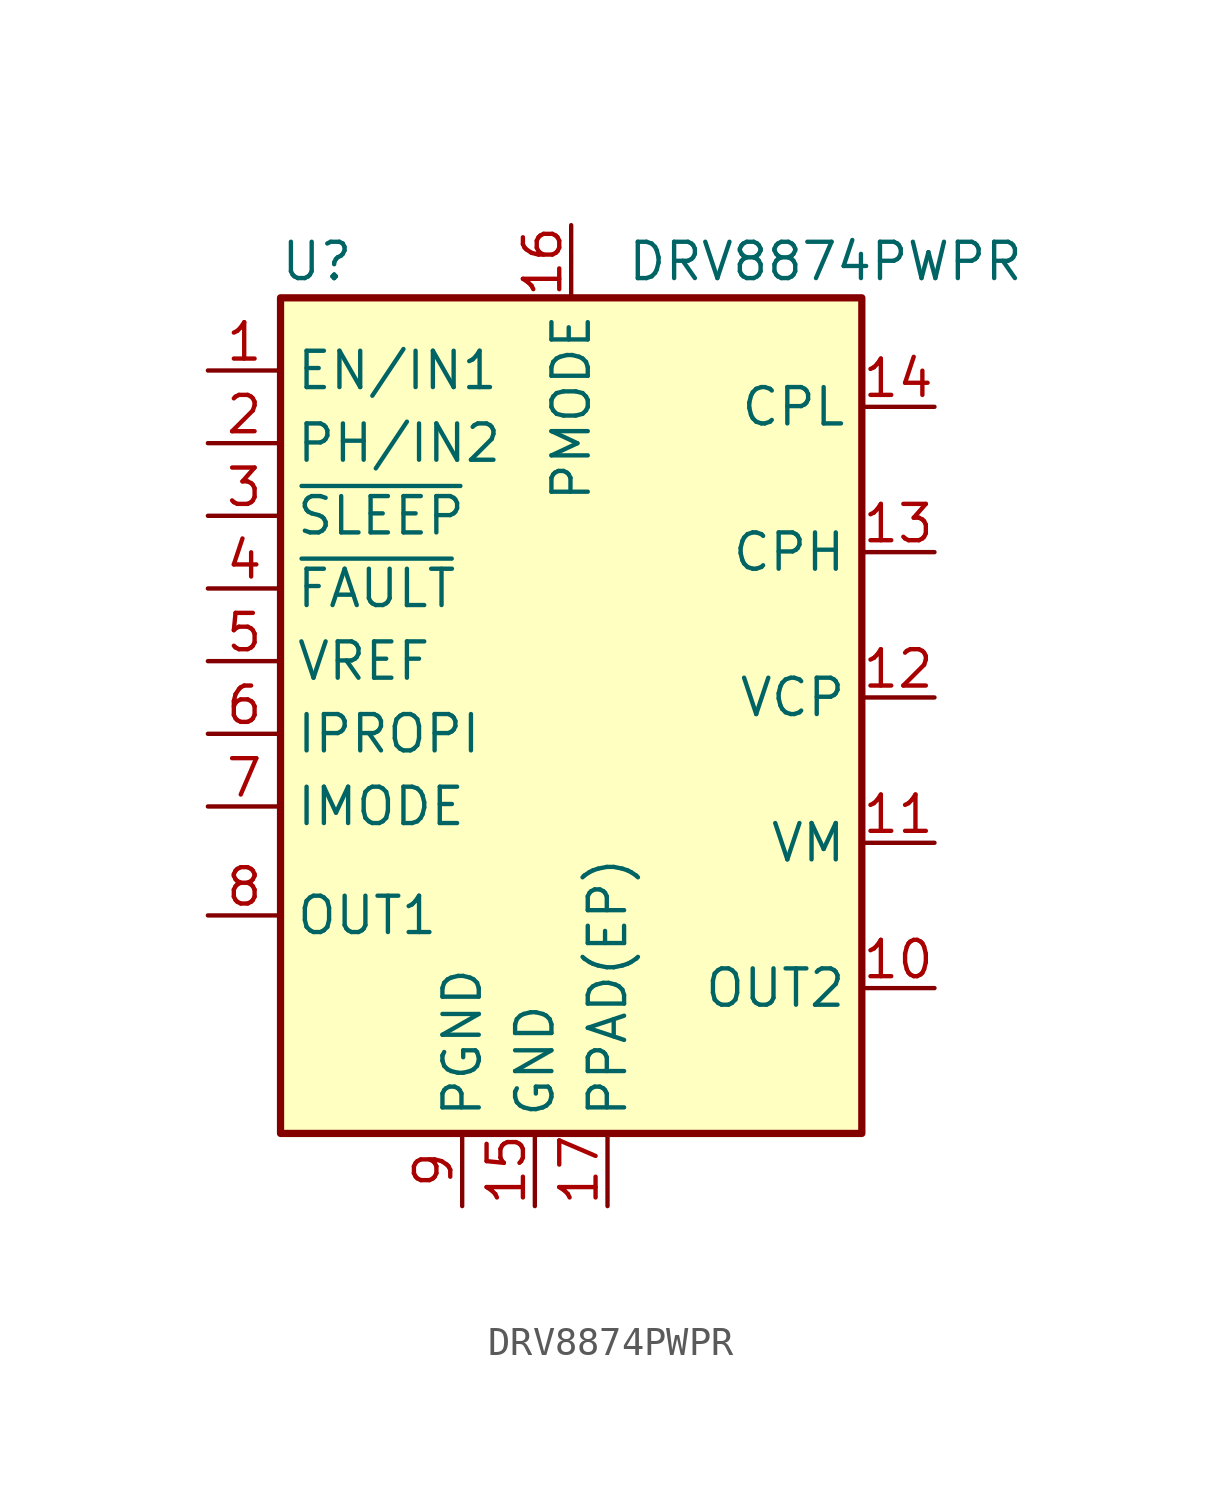
<source format=kicad_sym>
(kicad_symbol_lib
  (version 20241209)
  (generator "kicad_symbol_editor")
  (generator_version "9.0")
  (symbol "DRV8874PWPR"
    (property "Reference" "U"
      (at -8.89 13.97 0)
      (effects (font (size 1.27 1.27))))
    (property "Value" "DRV8874PWPR"
      (at 8.89 13.97 0)
      (effects (font (size 1.27 1.27))))
    (symbol "DRV8874PWPR_0_1"
      (rectangle (start -10.16 12.7) (end 10.16 -16.51) (stroke (width 0.254) (type default)) (fill (type background))))
    (symbol "DRV8874PWPR_1_1"
      (pin input line (at -12.7 10.16 0) (length 2.54) (name "EN/IN1" (effects (font (size 1.27 1.27)))) (number "1" (effects (font (size 1.27 1.27)))))
      (pin input line (at -12.7 7.62 0) (length 2.54) (name "PH/IN2" (effects (font (size 1.27 1.27)))) (number "2" (effects (font (size 1.27 1.27)))))
      (pin input line (at -12.7 5.08 0) (length 2.54) (name "~{SLEEP}" (effects (font (size 1.27 1.27)))) (number "3" (effects (font (size 1.27 1.27)))))
      (pin open_collector line (at -12.7 2.54 0) (length 2.54) (name "~{FAULT}" (effects (font (size 1.27 1.27)))) (number "4" (effects (font (size 1.27 1.27)))))
      (pin input line (at -12.7 0 0) (length 2.54) (name "VREF" (effects (font (size 1.27 1.27)))) (number "5" (effects (font (size 1.27 1.27)))))
      (pin input line (at -12.7 -2.54 0) (length 2.54) (name "IPROPI" (effects (font (size 1.27 1.27)))) (number "6" (effects (font (size 1.27 1.27)))))
      (pin input line (at -12.7 -5.08 0) (length 2.54) (name "IMODE" (effects (font (size 1.27 1.27)))) (number "7" (effects (font (size 1.27 1.27)))))
      (pin output line (at -12.7 -8.89 0) (length 2.54) (name "OUT1" (effects (font (size 1.27 1.27)))) (number "8" (effects (font (size 1.27 1.27)))))
      (pin power_in line (at -3.81 -19.05 90) (length 2.54) (name "PGND" (effects (font (size 1.27 1.27)))) (number "9" (effects (font (size 1.27 1.27)))))
      (pin power_in line (at -1.27 -19.05 90) (length 2.54) (name "GND" (effects (font (size 1.27 1.27)))) (number "15" (effects (font (size 1.27 1.27)))))
      (pin power_in line (at 0 15.24 270) (length 2.54) (name "PMODE" (effects (font (size 1.27 1.27)))) (number "16" (effects (font (size 1.27 1.27)))))
      (pin power_in line (at 1.27 -19.05 90) (length 2.54) (name "PPAD(EP)" (effects (font (size 1.27 1.27)))) (number "17" (effects (font (size 1.27 1.27)))))
      (pin passive line (at 12.7 8.89 180) (length 2.54) (name "CPL" (effects (font (size 1.27 1.27)))) (number "14" (effects (font (size 1.27 1.27)))))
      (pin passive line (at 12.7 3.81 180) (length 2.54) (name "CPH" (effects (font (size 1.27 1.27)))) (number "13" (effects (font (size 1.27 1.27)))))
      (pin output line (at 12.7 -1.27 180) (length 2.54) (name "VCP" (effects (font (size 1.27 1.27)))) (number "12" (effects (font (size 1.27 1.27)))))
      (pin output line (at 12.7 -6.35 180) (length 2.54) (name "VM" (effects (font (size 1.27 1.27)))) (number "11" (effects (font (size 1.27 1.27)))))
      (pin output line (at 12.7 -11.43 180) (length 2.54) (name "OUT2" (effects (font (size 1.27 1.27)))) (number "10" (effects (font (size 1.27 1.27))))))))
</source>
